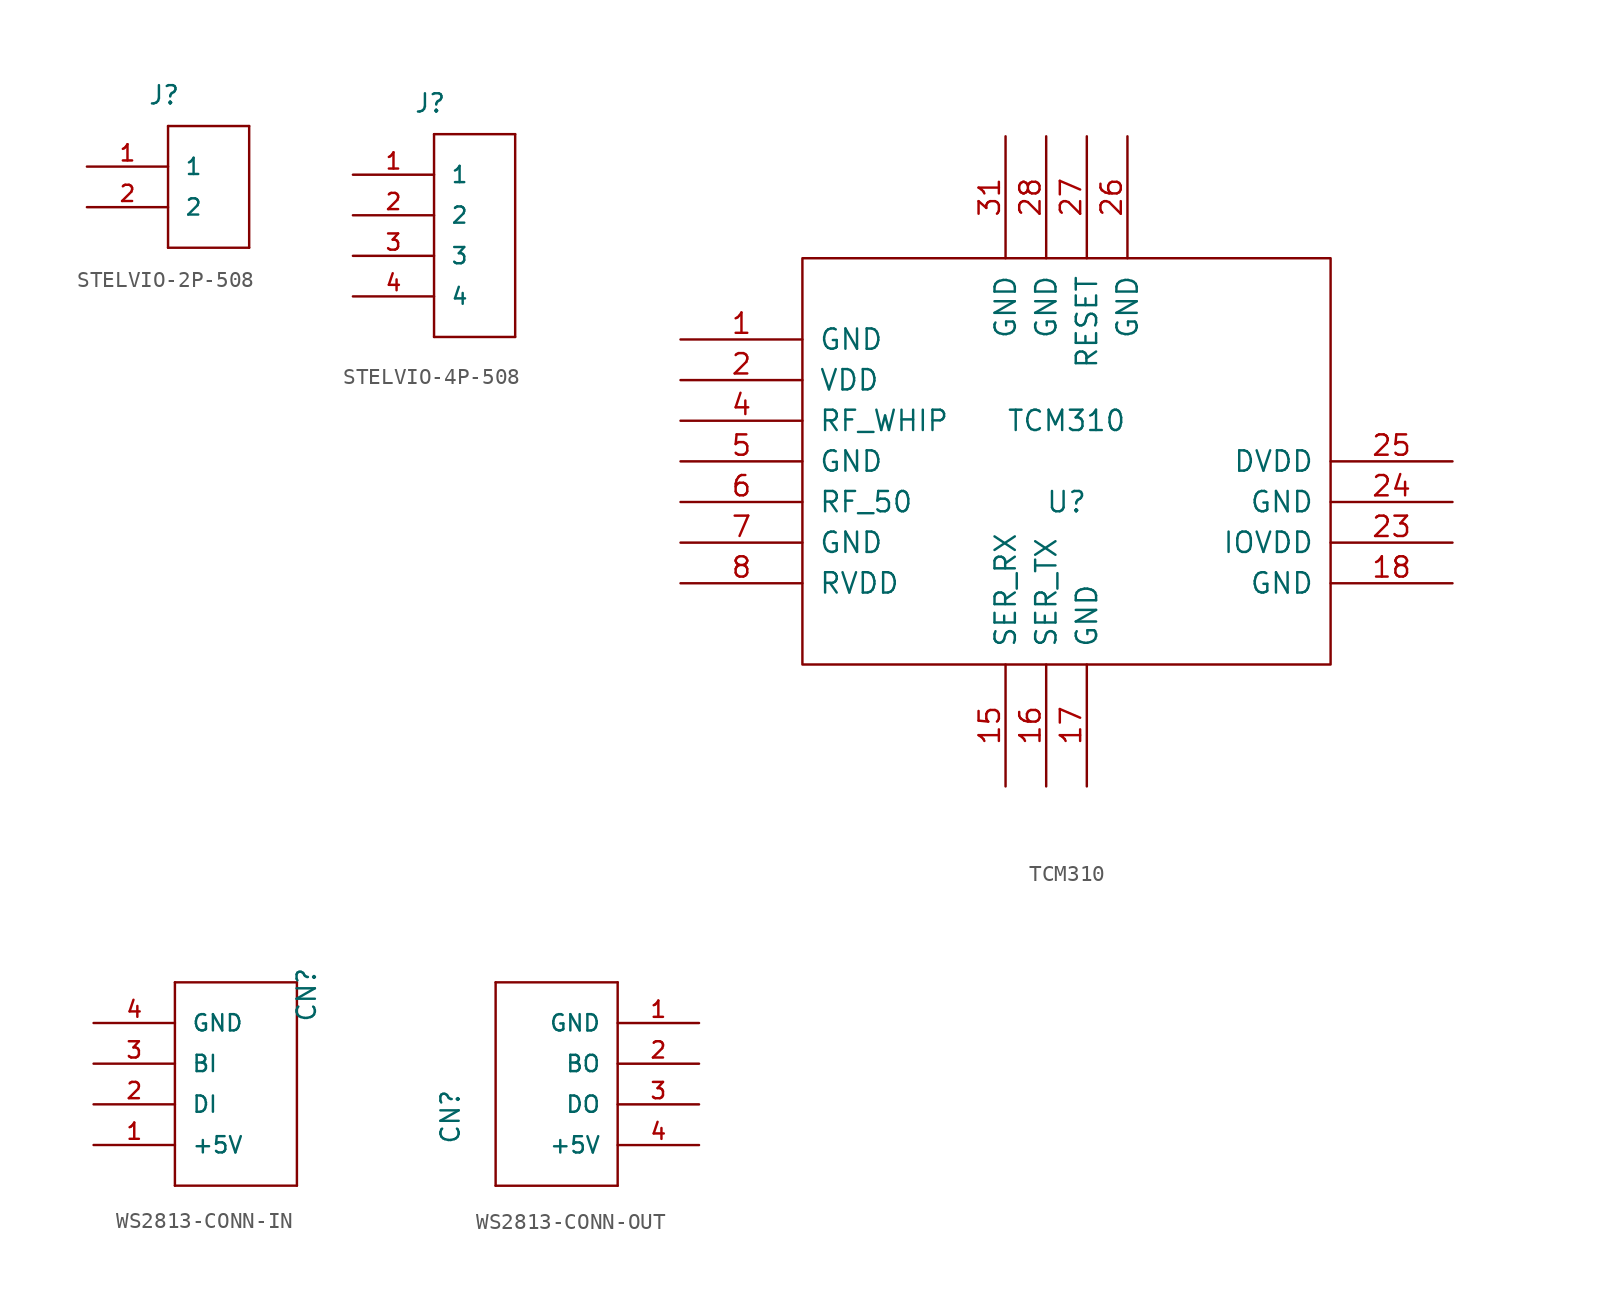
<source format=kicad_sym>
(kicad_symbol_lib
  (version 20220914)
  (generator kicad_symbol_editor)
  (symbol "STELVIO-2P-508"
    (pin_names
      (offset 1.016))
    (property "Reference" "J"
      (at -3.81 3.81 0)
      (effects (font (size 1.143 1.143)) (justify left bottom)))
    (property "ki_locked" ""
      (at 0 0 0)
      (effects (font (size 1.27 1.27))))
    (symbol "STELVIO-2P-508_1_0"
      (polyline (pts (xy -2.54 -5.08) (xy 2.54 -5.08)) (stroke (width 0) (type solid)) (fill (type none)))
      (polyline (pts (xy -2.54 2.54) (xy -2.54 -5.08)) (stroke (width 0) (type solid)) (fill (type none)))
      (polyline (pts (xy 2.54 -5.08) (xy 2.54 2.54)) (stroke (width 0) (type solid)) (fill (type none)))
      (polyline (pts (xy 2.54 2.54) (xy -2.54 2.54)) (stroke (width 0) (type solid)) (fill (type none))))
    (symbol "STELVIO-2P-508_1_1"
      (pin bidirectional line (at -7.62 0 0) (length 5.08) (name "1" (effects (font (size 1.016 1.016)))) (number "1" (effects (font (size 1.016 1.016)))))
      (pin bidirectional line (at -7.62 -2.54 0) (length 5.08) (name "2" (effects (font (size 1.016 1.016)))) (number "2" (effects (font (size 1.016 1.016)))))))
  (symbol "STELVIO-4P-508"
    (pin_names
      (offset 1.016))
    (property "Reference" "J"
      (at -3.81 3.81 0)
      (effects (font (size 1.143 1.143)) (justify left bottom)))
    (property "ki_locked" ""
      (at 0 0 0)
      (effects (font (size 1.27 1.27))))
    (symbol "STELVIO-4P-508_1_0"
      (polyline (pts (xy -2.54 -10.16) (xy 2.54 -10.16)) (stroke (width 0) (type solid)) (fill (type none)))
      (polyline (pts (xy -2.54 2.54) (xy -2.54 -10.16)) (stroke (width 0) (type solid)) (fill (type none)))
      (polyline (pts (xy 2.54 -10.16) (xy 2.54 2.54)) (stroke (width 0) (type solid)) (fill (type none)))
      (polyline (pts (xy 2.54 2.54) (xy -2.54 2.54)) (stroke (width 0) (type solid)) (fill (type none))))
    (symbol "STELVIO-4P-508_1_1"
      (pin bidirectional line (at -7.62 0 0) (length 5.08) (name "1" (effects (font (size 1.016 1.016)))) (number "1" (effects (font (size 1.016 1.016)))))
      (pin bidirectional line (at -7.62 -2.54 0) (length 5.08) (name "2" (effects (font (size 1.016 1.016)))) (number "2" (effects (font (size 1.016 1.016)))))
      (pin bidirectional line (at -7.62 -5.08 0) (length 5.08) (name "3" (effects (font (size 1.016 1.016)))) (number "3" (effects (font (size 1.016 1.016)))))
      (pin bidirectional line (at -7.62 -7.62 0) (length 5.08) (name "4" (effects (font (size 1.016 1.016)))) (number "4" (effects (font (size 1.016 1.016)))))))
  (symbol "TCM310"
    (pin_names
      (offset 1.016))
    (property "Reference" "U"
      (at 0 -2.54 0)
      (effects (font (size 1.27 1.27))))
    (property "Value" "TCM310"
      (at 0 2.54 0)
      (effects (font (size 1.27 1.27))))
    (symbol "TCM310_1_0"
      (rectangle (start -16.51 -12.7) (end 16.51 12.7) (stroke (width 0) (type solid)) (fill (type none))))
    (symbol "TCM310_1_1"
      (pin power_in line (at -24.13 7.62 0) (length 7.62) (name "GND" (effects (font (size 1.27 1.27)))) (number "1" (effects (font (size 1.27 1.27)))))
      (pin input line (at -3.81 -20.32 90) (length 7.62) (name "SER_RX" (effects (font (size 1.27 1.27)))) (number "15" (effects (font (size 1.27 1.27)))))
      (pin output line (at -1.27 -20.32 90) (length 7.62) (name "SER_TX" (effects (font (size 1.27 1.27)))) (number "16" (effects (font (size 1.27 1.27)))))
      (pin power_in line (at 1.27 -20.32 90) (length 7.62) (name "GND" (effects (font (size 1.27 1.27)))) (number "17" (effects (font (size 1.27 1.27)))))
      (pin power_in line (at 24.13 -7.62 180) (length 7.62) (name "GND" (effects (font (size 1.27 1.27)))) (number "18" (effects (font (size 1.27 1.27)))))
      (pin power_in line (at -24.13 5.08 0) (length 7.62) (name "VDD" (effects (font (size 1.27 1.27)))) (number "2" (effects (font (size 1.27 1.27)))))
      (pin power_in line (at 24.13 -5.08 180) (length 7.62) (name "IOVDD" (effects (font (size 1.27 1.27)))) (number "23" (effects (font (size 1.27 1.27)))))
      (pin power_in line (at 24.13 -2.54 180) (length 7.62) (name "GND" (effects (font (size 1.27 1.27)))) (number "24" (effects (font (size 1.27 1.27)))))
      (pin power_in line (at 24.13 0 180) (length 7.62) (name "DVDD" (effects (font (size 1.27 1.27)))) (number "25" (effects (font (size 1.27 1.27)))))
      (pin power_in line (at 3.81 20.32 270) (length 7.62) (name "GND" (effects (font (size 1.27 1.27)))) (number "26" (effects (font (size 1.27 1.27)))))
      (pin input line (at 1.27 20.32 270) (length 7.62) (name "RESET" (effects (font (size 1.27 1.27)))) (number "27" (effects (font (size 1.27 1.27)))))
      (pin power_in line (at -1.27 20.32 270) (length 7.62) (name "GND" (effects (font (size 1.27 1.27)))) (number "28" (effects (font (size 1.27 1.27)))))
      (pin power_in line (at -3.81 20.32 270) (length 7.62) (name "GND" (effects (font (size 1.27 1.27)))) (number "31" (effects (font (size 1.27 1.27)))))
      (pin bidirectional line (at -24.13 2.54 0) (length 7.62) (name "RF_WHIP" (effects (font (size 1.27 1.27)))) (number "4" (effects (font (size 1.27 1.27)))))
      (pin power_in line (at -24.13 0 0) (length 7.62) (name "GND" (effects (font (size 1.27 1.27)))) (number "5" (effects (font (size 1.27 1.27)))))
      (pin bidirectional line (at -24.13 -2.54 0) (length 7.62) (name "RF_50" (effects (font (size 1.27 1.27)))) (number "6" (effects (font (size 1.27 1.27)))))
      (pin power_in line (at -24.13 -5.08 0) (length 7.62) (name "GND" (effects (font (size 1.27 1.27)))) (number "7" (effects (font (size 1.27 1.27)))))
      (pin power_in line (at -24.13 -7.62 0) (length 7.62) (name "RVDD" (effects (font (size 1.27 1.27)))) (number "8" (effects (font (size 1.27 1.27)))))))
  (symbol "WS2813-CONN-IN"
    (pin_names
      (offset 1.016))
    (property "Reference" "CN"
      (at 13.97 0 90)
      (effects (font (size 1.143 1.143)) (justify left bottom)))
    (property "ki_locked" ""
      (at 0 0 0)
      (effects (font (size 1.27 1.27))))
    (symbol "WS2813-CONN-IN_1_0"
      (polyline (pts (xy 5.08 -10.16) (xy 12.7 -10.16)) (stroke (width 0) (type solid)) (fill (type none)))
      (polyline (pts (xy 5.08 2.54) (xy 5.08 -10.16)) (stroke (width 0) (type solid)) (fill (type none)))
      (polyline (pts (xy 12.7 -10.16) (xy 12.7 2.54)) (stroke (width 0) (type solid)) (fill (type none)))
      (polyline (pts (xy 12.7 2.54) (xy 5.08 2.54)) (stroke (width 0) (type solid)) (fill (type none))))
    (symbol "WS2813-CONN-IN_1_1"
      (pin bidirectional line (at 0 -7.62 0) (length 5.08) (name "+5V" (effects (font (size 1.016 1.016)))) (number "1" (effects (font (size 1.016 1.016)))))
      (pin bidirectional line (at 0 -5.08 0) (length 5.08) (name "DI" (effects (font (size 1.016 1.016)))) (number "2" (effects (font (size 1.016 1.016)))))
      (pin bidirectional line (at 0 -2.54 0) (length 5.08) (name "BI" (effects (font (size 1.016 1.016)))) (number "3" (effects (font (size 1.016 1.016)))))
      (pin bidirectional line (at 0 0 0) (length 5.08) (name "GND" (effects (font (size 1.016 1.016)))) (number "4" (effects (font (size 1.016 1.016)))))))
  (symbol "WS2813-CONN-OUT"
    (pin_names
      (offset 1.016))
    (property "Reference" "CN"
      (at -14.859 -7.62 90)
      (effects (font (size 1.143 1.143)) (justify left bottom)))
    (property "ki_locked" ""
      (at 0 0 0)
      (effects (font (size 1.27 1.27))))
    (symbol "WS2813-CONN-OUT_1_0"
      (polyline (pts (xy -12.7 -10.16) (xy -12.7 2.54)) (stroke (width 0) (type solid)) (fill (type none)))
      (polyline (pts (xy -12.7 2.54) (xy -5.08 2.54)) (stroke (width 0) (type solid)) (fill (type none)))
      (polyline (pts (xy -5.08 -10.16) (xy -12.7 -10.16)) (stroke (width 0) (type solid)) (fill (type none)))
      (polyline (pts (xy -5.08 2.54) (xy -5.08 -10.16)) (stroke (width 0) (type solid)) (fill (type none))))
    (symbol "WS2813-CONN-OUT_1_1"
      (pin bidirectional line (at 0 0 180) (length 5.08) (name "GND" (effects (font (size 1.016 1.016)))) (number "1" (effects (font (size 1.016 1.016)))))
      (pin bidirectional line (at 0 -2.54 180) (length 5.08) (name "BO" (effects (font (size 1.016 1.016)))) (number "2" (effects (font (size 1.016 1.016)))))
      (pin bidirectional line (at 0 -5.08 180) (length 5.08) (name "DO" (effects (font (size 1.016 1.016)))) (number "3" (effects (font (size 1.016 1.016)))))
      (pin bidirectional line (at 0 -7.62 180) (length 5.08) (name "+5V" (effects (font (size 1.016 1.016)))) (number "4" (effects (font (size 1.016 1.016))))))))
</source>
